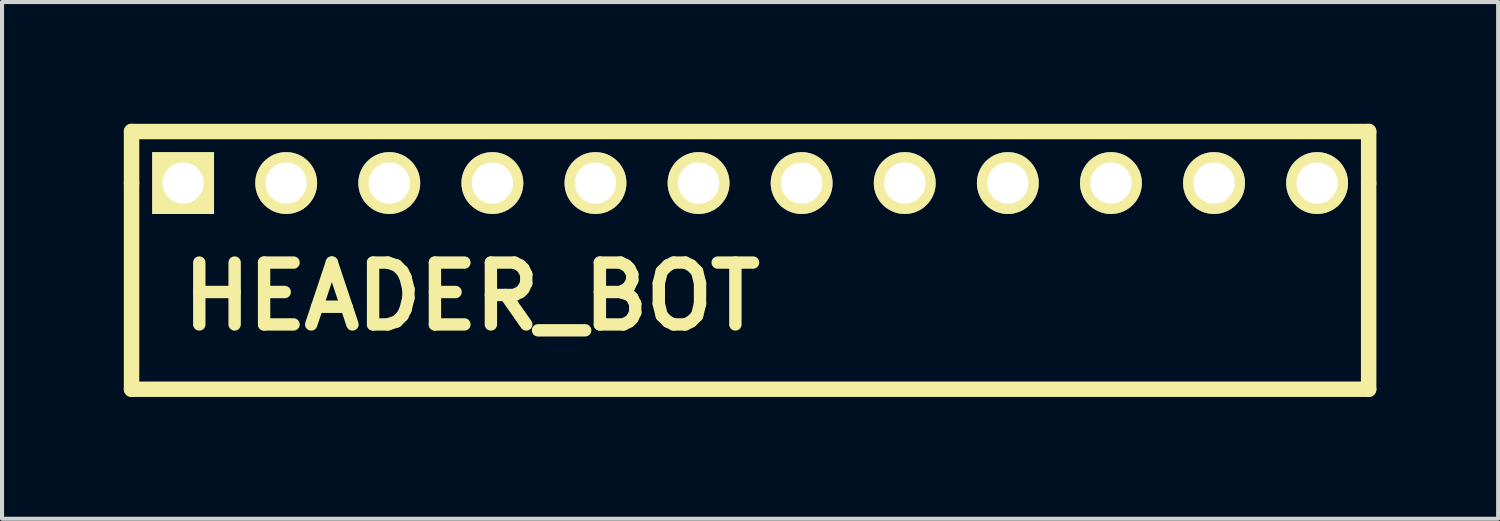
<source format=kicad_pcb>
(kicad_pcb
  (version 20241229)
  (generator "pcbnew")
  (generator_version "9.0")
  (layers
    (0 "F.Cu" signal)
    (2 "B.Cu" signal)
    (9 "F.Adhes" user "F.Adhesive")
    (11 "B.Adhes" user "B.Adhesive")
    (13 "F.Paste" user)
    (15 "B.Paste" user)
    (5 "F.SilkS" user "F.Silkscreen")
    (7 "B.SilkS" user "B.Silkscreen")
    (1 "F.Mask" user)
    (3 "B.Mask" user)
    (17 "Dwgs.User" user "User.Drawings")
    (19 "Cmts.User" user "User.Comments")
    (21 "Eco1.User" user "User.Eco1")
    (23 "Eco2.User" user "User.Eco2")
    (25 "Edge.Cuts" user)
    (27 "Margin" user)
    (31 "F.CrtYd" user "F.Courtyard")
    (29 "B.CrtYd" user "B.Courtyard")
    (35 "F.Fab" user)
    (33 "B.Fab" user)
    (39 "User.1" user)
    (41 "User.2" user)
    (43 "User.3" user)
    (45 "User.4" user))
  (footprint "HEADER_BOT"
    (layer "F.Cu")
    (at 15.431 1.46)
    (property "Reference" "HEADER_BOT" (at -6.858 2.794 0) (layer "F.SilkS") (effects (font (size 1.524 1.524) (thickness 0.305))))
    (attr through_hole)
    (fp_line (start -15.24 -1.27) (end 15.24 -1.27) (stroke (width 0.381) (type solid)) (layer "F.SilkS"))
    (fp_line (start -15.24 0) (end -15.24 -1.27) (stroke (width 0.381) (type solid)) (layer "F.SilkS"))
    (fp_line (start -15.24 0) (end -15.24 5.08) (stroke (width 0.381) (type solid)) (layer "F.SilkS"))
    (fp_line (start -15.24 5.08) (end 15.24 5.08) (stroke (width 0.381) (type solid)) (layer "F.SilkS"))
    (fp_line (start 15.24 -1.27) (end 15.24 0) (stroke (width 0.381) (type solid)) (layer "F.SilkS"))
    (fp_line (start 15.24 5.08) (end 15.24 0) (stroke (width 0.381) (type solid)) (layer "F.SilkS"))
    (pad "1" thru_hole rect (at -13.97 0) (size 1.524 1.524) (drill 1.016) (layers "*.Cu" "*.Mask" "F.SilkS"))
    (pad "2" thru_hole circle (at -11.43 0) (size 1.524 1.524) (drill 1.016) (layers "*.Cu" "*.Mask" "F.SilkS"))
    (pad "3" thru_hole circle (at -8.89 0) (size 1.524 1.524) (drill 1.016) (layers "*.Cu" "*.Mask" "F.SilkS"))
    (pad "4" thru_hole circle (at -6.35 0) (size 1.524 1.524) (drill 1.016) (layers "*.Cu" "*.Mask" "F.SilkS"))
    (pad "5" thru_hole circle (at -3.81 0) (size 1.524 1.524) (drill 1.016) (layers "*.Cu" "*.Mask" "F.SilkS"))
    (pad "6" thru_hole circle (at -1.27 0) (size 1.524 1.524) (drill 1.016) (layers "*.Cu" "*.Mask" "F.SilkS"))
    (pad "7" thru_hole circle (at 1.27 0) (size 1.524 1.524) (drill 1.016) (layers "*.Cu" "*.Mask" "F.SilkS"))
    (pad "8" thru_hole circle (at 3.81 0) (size 1.524 1.524) (drill 1.016) (layers "*.Cu" "*.Mask" "F.SilkS"))
    (pad "9" thru_hole circle (at 6.35 0) (size 1.524 1.524) (drill 1.016) (layers "*.Cu" "*.Mask" "F.SilkS"))
    (pad "10" thru_hole circle (at 8.89 0) (size 1.524 1.524) (drill 1.016) (layers "*.Cu" "*.Mask" "F.SilkS"))
    (pad "11" thru_hole circle (at 11.43 0) (size 1.524 1.524) (drill 1.016) (layers "*.Cu" "*.Mask" "F.SilkS"))
    (pad "12" thru_hole circle (at 13.97 0) (size 1.524 1.524) (drill 1.016) (layers "*.Cu" "*.Mask" "F.SilkS")))
  (gr_rect
    (start -3 -3)
    (end 33.861 9.731)
    (stroke (width 0.1) (type default))
    (fill no)
    (layer "Edge.Cuts")))
</source>
